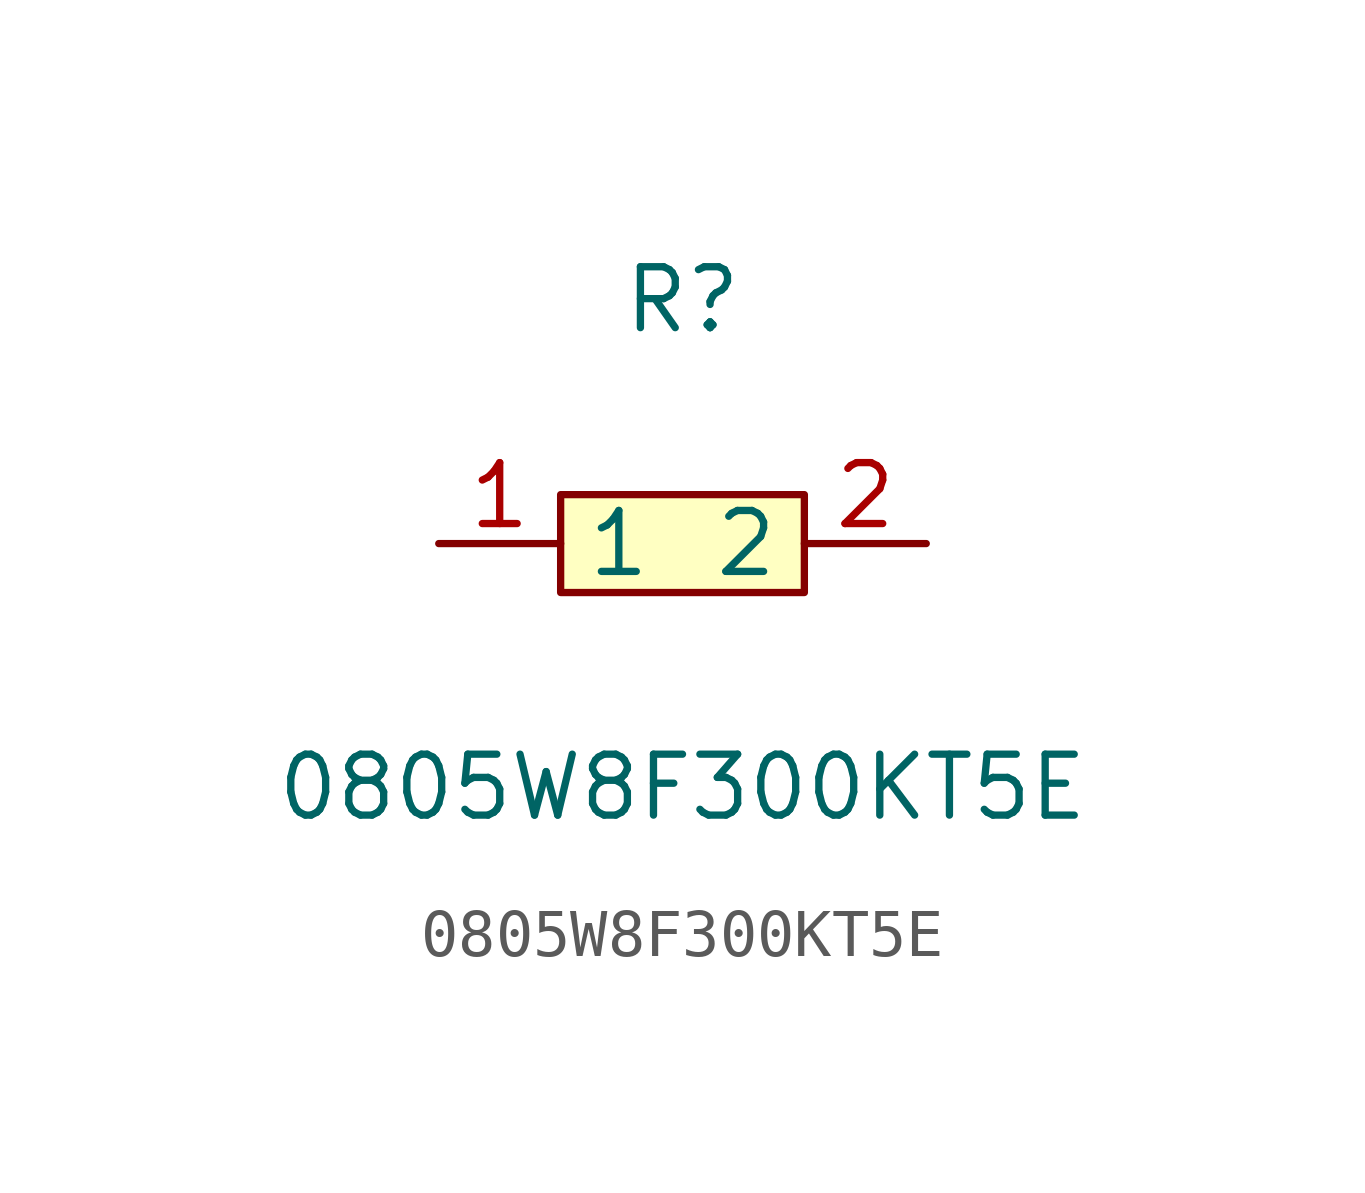
<source format=kicad_sym>
(kicad_symbol_lib
  (version 1)
  (generator "faebryk")
  (symbol "0805W8F300KT5E"
    (property "Reference" "R"
      (at 0 5.08 0)
      (effects (font (size 1.27 1.27)) (hide no)))
    (property "Value" "0805W8F300KT5E"
      (at 0 -5.08 0)
      (effects (font (size 1.27 1.27)) (hide no)))
    (symbol "0805W8F300KT5E_0_1"
      (rectangle (start -2.54 1.02) (end 2.54 -1.02) (stroke (width 0) (type default) (color 0 0 0 0)) (fill (type background)))
      (pin input line (at 5.08 0 180) (length 2.54) (name "2" (effects (font (size 1.27 1.27)) (hide no))) (number "2" (effects (font (size 1.27 1.27)) (hide no))))
      (pin input line (at -5.08 0 0) (length 2.54) (name "1" (effects (font (size 1.27 1.27)) (hide no))) (number "1" (effects (font (size 1.27 1.27)) (hide no)))))))
</source>
